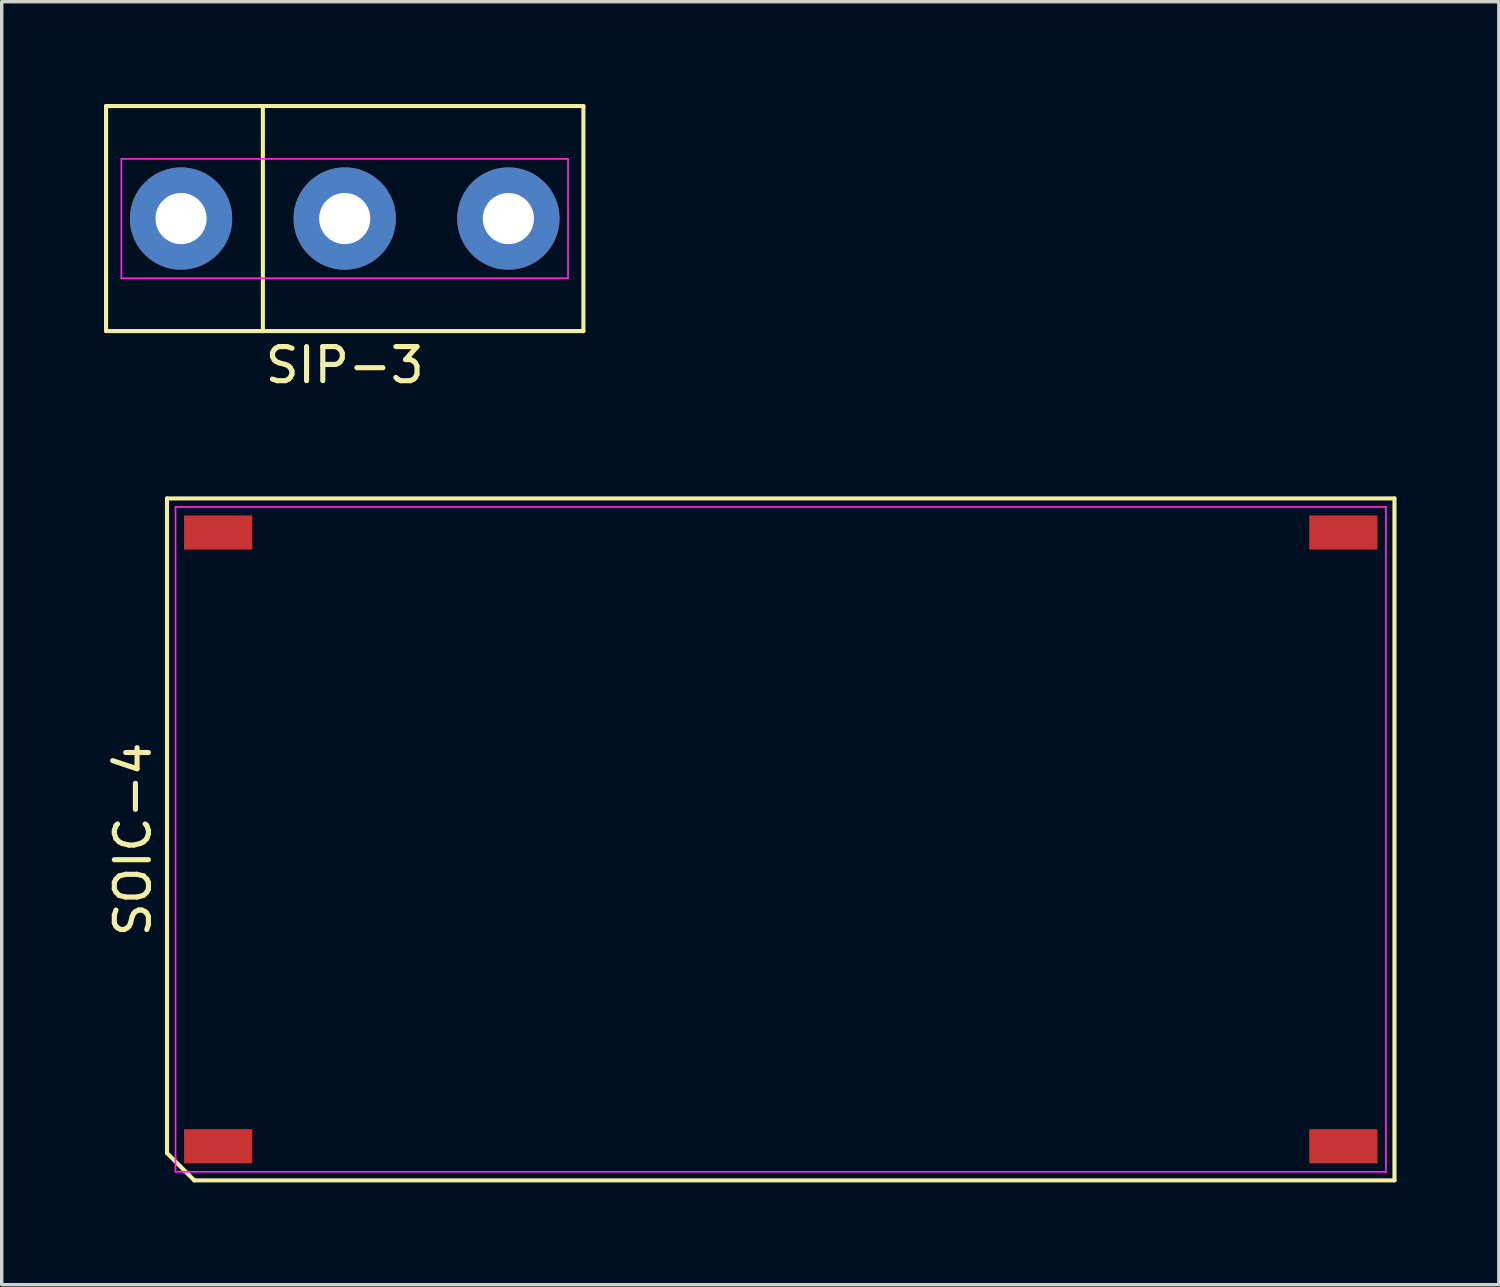
<source format=kicad_pcb>
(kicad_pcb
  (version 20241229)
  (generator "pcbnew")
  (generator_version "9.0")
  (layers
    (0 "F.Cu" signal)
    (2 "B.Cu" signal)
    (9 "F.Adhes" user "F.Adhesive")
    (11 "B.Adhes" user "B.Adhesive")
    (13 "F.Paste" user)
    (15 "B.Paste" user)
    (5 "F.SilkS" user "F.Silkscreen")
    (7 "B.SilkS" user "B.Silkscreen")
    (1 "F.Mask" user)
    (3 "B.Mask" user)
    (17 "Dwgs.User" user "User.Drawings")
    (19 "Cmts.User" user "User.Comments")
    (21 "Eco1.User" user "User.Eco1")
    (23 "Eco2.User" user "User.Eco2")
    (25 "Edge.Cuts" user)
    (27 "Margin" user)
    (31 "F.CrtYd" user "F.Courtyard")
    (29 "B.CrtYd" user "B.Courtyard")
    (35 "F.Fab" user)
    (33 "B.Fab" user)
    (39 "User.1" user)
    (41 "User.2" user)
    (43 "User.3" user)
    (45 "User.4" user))
  (footprint "SIP-3"
    (layer "F.Cu")
    (at 7.06 3.36)
    (property "Reference" "SIP-3" (at 0 4.3 0) (layer "F.SilkS") (effects (font (size 1 1) (thickness 0.15))))
    (attr through_hole)
    (fp_line (start -7 -3.3) (end 7 -3.3) (stroke (width 0.12) (type default)) (layer "F.SilkS"))
    (fp_line (start -7 3.3) (end -7 -3.3) (stroke (width 0.12) (type default)) (layer "F.SilkS"))
    (fp_line (start -2.4 -3.3) (end -2.4 3.3) (stroke (width 0.12) (type default)) (layer "F.SilkS"))
    (fp_line (start 7 -3.3) (end 7 3.3) (stroke (width 0.12) (type default)) (layer "F.SilkS"))
    (fp_line (start 7 3.3) (end -7 3.3) (stroke (width 0.12) (type default)) (layer "F.SilkS"))
    (fp_line (start -6.55 -1.75) (end 6.55 -1.75) (stroke (width 0.05) (type default)) (layer "F.CrtYd"))
    (fp_line (start -6.55 1.75) (end -6.55 -1.75) (stroke (width 0.05) (type default)) (layer "F.CrtYd"))
    (fp_line (start 6.55 -1.75) (end 6.55 1.75) (stroke (width 0.05) (type default)) (layer "F.CrtYd"))
    (fp_line (start 6.55 1.75) (end -6.55 1.75) (stroke (width 0.05) (type default)) (layer "F.CrtYd"))
    (pad "1" thru_hole circle (at -4.8 0) (size 3 3) (drill 1.5) (layers "*.Cu" "*.Mask"))
    (pad "2" thru_hole circle (at 0 0) (size 3 3) (drill 1.5) (layers "*.Cu" "*.Mask"))
    (pad "3" thru_hole circle (at 4.8 0) (size 3 3) (drill 1.5) (layers "*.Cu" "*.Mask")))
  (footprint "SOIC-4"
    (layer "F.Cu")
    (at 19.848 21.568)
    (property "Reference" "SOIC-4" (at -19 0 90) (layer "F.SilkS") (effects (font (size 1 1) (thickness 0.15))))
    (attr smd)
    (fp_line (start -18 -10) (end 18 -10) (stroke (width 0.12) (type default)) (layer "F.SilkS"))
    (fp_line (start -18 9.2) (end -18 -10) (stroke (width 0.12) (type default)) (layer "F.SilkS"))
    (fp_line (start -17.2 10) (end -18 9.2) (stroke (width 0.12) (type default)) (layer "F.SilkS"))
    (fp_line (start 18 -10) (end 18 10) (stroke (width 0.12) (type default)) (layer "F.SilkS"))
    (fp_line (start 18 10) (end -17.2 10) (stroke (width 0.12) (type default)) (layer "F.SilkS"))
    (fp_line (start -17.75 -9.75) (end 17.75 -9.75) (stroke (width 0.05) (type default)) (layer "F.CrtYd"))
    (fp_line (start -17.75 9.75) (end -17.75 -9.75) (stroke (width 0.05) (type default)) (layer "F.CrtYd"))
    (fp_line (start 17.75 -9.75) (end 17.75 9.75) (stroke (width 0.05) (type default)) (layer "F.CrtYd"))
    (fp_line (start 17.75 9.75) (end -17.75 9.75) (stroke (width 0.05) (type default)) (layer "F.CrtYd"))
    (pad "1" smd rect (at -16.5 9) (size 2 1) (layers "F.Cu" "F.Mask" "F.Paste"))
    (pad "2" smd rect (at 16.5 9) (size 2 1) (layers "F.Cu" "F.Mask" "F.Paste"))
    (pad "3" smd rect (at 16.5 -9) (size 2 1) (layers "F.Cu" "F.Mask" "F.Paste"))
    (pad "4" smd rect (at -16.5 -9) (size 2 1) (layers "F.Cu" "F.Mask" "F.Paste")))
  (gr_rect
    (start -3 -3)
    (end 40.908 34.628)
    (stroke (width 0.1) (type default))
    (fill no)
    (layer "Edge.Cuts")))
</source>
